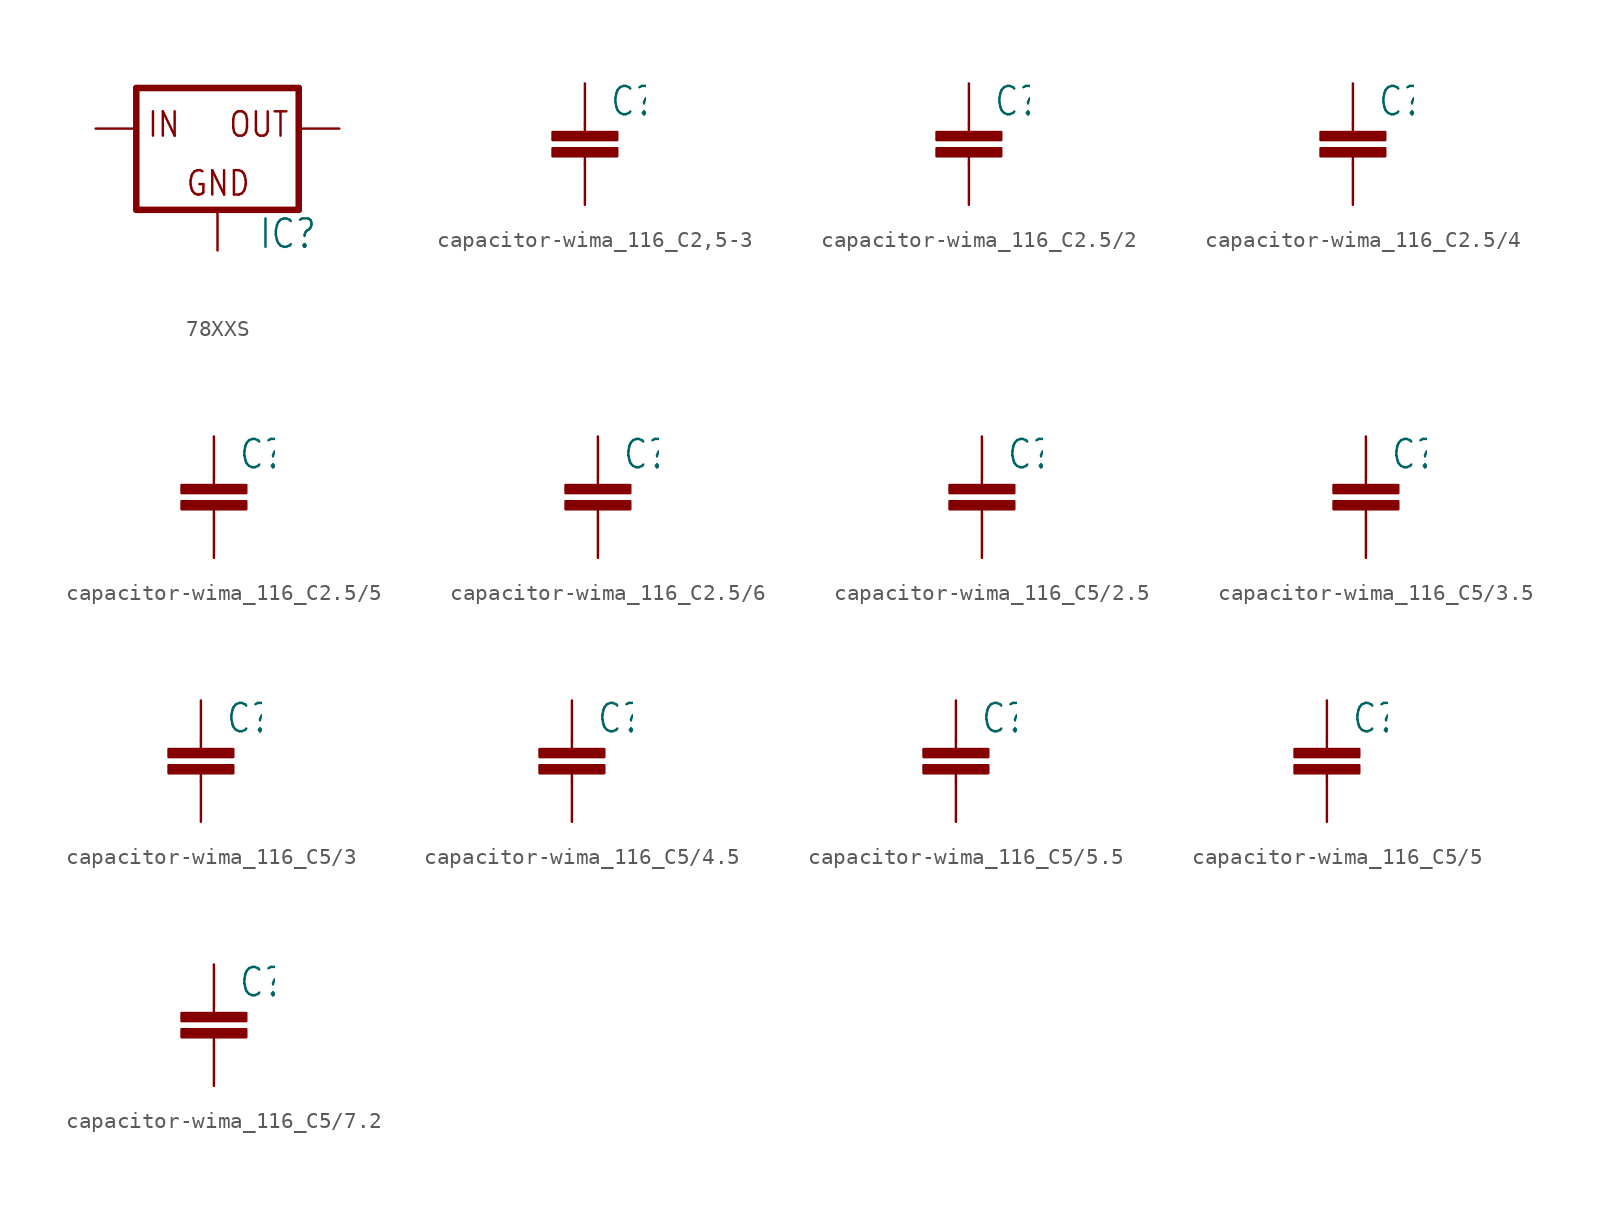
<source format=kicad_sym>
(kicad_symbol_lib
  (version 20241209)
  (generator "kicad_symbol_editor")
  (generator_version "9.0")
  (symbol "78XXS"
    (property "Reference" "IC"
      (at 2.54 -7.62 0)
      (effects (font (size 1.778 1.511)) (justify left bottom)))
    (property "Value" ""
      (at 2.54 -10.16 0)
      (effects (font (size 1.778 1.511)) (justify left bottom)))
    (property "ki_locked" ""
      (at 0 0 0)
      (effects (font (size 1.27 1.27))))
    (symbol "78XXS_1_0"
      (polyline (pts (xy -5.08 2.54) (xy -5.08 -5.08)) (stroke (width 0.406) (type solid)) (fill (type none)))
      (polyline (pts (xy -5.08 -5.08) (xy 5.08 -5.08)) (stroke (width 0.406) (type solid)) (fill (type none)))
      (polyline (pts (xy 5.08 2.54) (xy -5.08 2.54)) (stroke (width 0.406) (type solid)) (fill (type none)))
      (polyline (pts (xy 5.08 -5.08) (xy 5.08 2.54)) (stroke (width 0.406) (type solid)) (fill (type none)))
      (text "IN" (at -4.445 -0.635 0) (effects (font (size 1.524 1.295)) (justify left bottom)))
      (text "GND" (at -2.032 -4.318 0) (effects (font (size 1.524 1.295)) (justify left bottom)))
      (text "OUT" (at 0.635 -0.635 0) (effects (font (size 1.524 1.295)) (justify left bottom)))
      (pin input line (at -7.62 0 0) (length 2.54) (name "IN" (effects (font (size 0 0)))) (number "IN" (effects (font (size 0 0)))))
      (pin input line (at 0 -7.62 90) (length 2.54) (name "GND" (effects (font (size 0 0)))) (number "GND" (effects (font (size 0 0)))))
      (pin passive line (at 7.62 0 180) (length 2.54) (name "OUT" (effects (font (size 0 0)))) (number "OUT" (effects (font (size 0 0)))))))
  (symbol "capacitor-wima_116_C2,5-3"
    (property "Reference" "C"
      (at 1.524 0.381 0)
      (effects (font (size 1.778 1.511)) (justify left bottom)))
    (property "Value" ""
      (at 1.524 -4.699 0)
      (effects (font (size 1.778 1.511)) (justify left bottom)))
    (property "ki_locked" ""
      (at 0 0 0)
      (effects (font (size 1.27 1.27))))
    (symbol "capacitor-wima_116_C2,5-3_1_0"
      (rectangle (start -2.032 -1.016) (end 2.032 -0.508) (stroke (width 0) (type default)) (fill (type outline)))
      (rectangle (start -2.032 -2.032) (end 2.032 -1.524) (stroke (width 0) (type default)) (fill (type outline)))
      (polyline (pts (xy 0 0) (xy 0 -0.508)) (stroke (width 0.152) (type solid)) (fill (type none)))
      (polyline (pts (xy 0 -2.54) (xy 0 -2.032)) (stroke (width 0.152) (type solid)) (fill (type none)))
      (pin passive line (at 0 2.54 270) (length 2.54) (name "1" (effects (font (size 0 0)))) (number "1" (effects (font (size 0 0)))))
      (pin passive line (at 0 -5.08 90) (length 2.54) (name "2" (effects (font (size 0 0)))) (number "2" (effects (font (size 0 0)))))))
  (symbol "capacitor-wima_116_C2.5/2"
    (property "Reference" "C"
      (at 1.524 0.381 0)
      (effects (font (size 1.778 1.511)) (justify left bottom)))
    (property "Value" ""
      (at 1.524 -4.699 0)
      (effects (font (size 1.778 1.511)) (justify left bottom)))
    (property "ki_locked" ""
      (at 0 0 0)
      (effects (font (size 1.27 1.27))))
    (symbol "capacitor-wima_116_C2.5/2_1_0"
      (rectangle (start -2.032 -1.016) (end 2.032 -0.508) (stroke (width 0) (type default)) (fill (type outline)))
      (rectangle (start -2.032 -2.032) (end 2.032 -1.524) (stroke (width 0) (type default)) (fill (type outline)))
      (polyline (pts (xy 0 0) (xy 0 -0.508)) (stroke (width 0.152) (type solid)) (fill (type none)))
      (polyline (pts (xy 0 -2.54) (xy 0 -2.032)) (stroke (width 0.152) (type solid)) (fill (type none)))
      (pin passive line (at 0 2.54 270) (length 2.54) (name "1" (effects (font (size 0 0)))) (number "1" (effects (font (size 0 0)))))
      (pin passive line (at 0 -5.08 90) (length 2.54) (name "2" (effects (font (size 0 0)))) (number "2" (effects (font (size 0 0)))))))
  (symbol "capacitor-wima_116_C2.5/4"
    (property "Reference" "C"
      (at 1.524 0.381 0)
      (effects (font (size 1.778 1.511)) (justify left bottom)))
    (property "Value" ""
      (at 1.524 -4.699 0)
      (effects (font (size 1.778 1.511)) (justify left bottom)))
    (property "ki_locked" ""
      (at 0 0 0)
      (effects (font (size 1.27 1.27))))
    (symbol "capacitor-wima_116_C2.5/4_1_0"
      (rectangle (start -2.032 -1.016) (end 2.032 -0.508) (stroke (width 0) (type default)) (fill (type outline)))
      (rectangle (start -2.032 -2.032) (end 2.032 -1.524) (stroke (width 0) (type default)) (fill (type outline)))
      (polyline (pts (xy 0 0) (xy 0 -0.508)) (stroke (width 0.152) (type solid)) (fill (type none)))
      (polyline (pts (xy 0 -2.54) (xy 0 -2.032)) (stroke (width 0.152) (type solid)) (fill (type none)))
      (pin passive line (at 0 2.54 270) (length 2.54) (name "1" (effects (font (size 0 0)))) (number "1" (effects (font (size 0 0)))))
      (pin passive line (at 0 -5.08 90) (length 2.54) (name "2" (effects (font (size 0 0)))) (number "2" (effects (font (size 0 0)))))))
  (symbol "capacitor-wima_116_C2.5/5"
    (property "Reference" "C"
      (at 1.524 0.381 0)
      (effects (font (size 1.778 1.511)) (justify left bottom)))
    (property "Value" ""
      (at 1.524 -4.699 0)
      (effects (font (size 1.778 1.511)) (justify left bottom)))
    (property "ki_locked" ""
      (at 0 0 0)
      (effects (font (size 1.27 1.27))))
    (symbol "capacitor-wima_116_C2.5/5_1_0"
      (rectangle (start -2.032 -1.016) (end 2.032 -0.508) (stroke (width 0) (type default)) (fill (type outline)))
      (rectangle (start -2.032 -2.032) (end 2.032 -1.524) (stroke (width 0) (type default)) (fill (type outline)))
      (polyline (pts (xy 0 0) (xy 0 -0.508)) (stroke (width 0.152) (type solid)) (fill (type none)))
      (polyline (pts (xy 0 -2.54) (xy 0 -2.032)) (stroke (width 0.152) (type solid)) (fill (type none)))
      (pin passive line (at 0 2.54 270) (length 2.54) (name "1" (effects (font (size 0 0)))) (number "1" (effects (font (size 0 0)))))
      (pin passive line (at 0 -5.08 90) (length 2.54) (name "2" (effects (font (size 0 0)))) (number "2" (effects (font (size 0 0)))))))
  (symbol "capacitor-wima_116_C2.5/6"
    (property "Reference" "C"
      (at 1.524 0.381 0)
      (effects (font (size 1.778 1.511)) (justify left bottom)))
    (property "Value" ""
      (at 1.524 -4.699 0)
      (effects (font (size 1.778 1.511)) (justify left bottom)))
    (property "ki_locked" ""
      (at 0 0 0)
      (effects (font (size 1.27 1.27))))
    (symbol "capacitor-wima_116_C2.5/6_1_0"
      (rectangle (start -2.032 -1.016) (end 2.032 -0.508) (stroke (width 0) (type default)) (fill (type outline)))
      (rectangle (start -2.032 -2.032) (end 2.032 -1.524) (stroke (width 0) (type default)) (fill (type outline)))
      (polyline (pts (xy 0 0) (xy 0 -0.508)) (stroke (width 0.152) (type solid)) (fill (type none)))
      (polyline (pts (xy 0 -2.54) (xy 0 -2.032)) (stroke (width 0.152) (type solid)) (fill (type none)))
      (pin passive line (at 0 2.54 270) (length 2.54) (name "1" (effects (font (size 0 0)))) (number "1" (effects (font (size 0 0)))))
      (pin passive line (at 0 -5.08 90) (length 2.54) (name "2" (effects (font (size 0 0)))) (number "2" (effects (font (size 0 0)))))))
  (symbol "capacitor-wima_116_C5/2.5"
    (property "Reference" "C"
      (at 1.524 0.381 0)
      (effects (font (size 1.778 1.511)) (justify left bottom)))
    (property "Value" ""
      (at 1.524 -4.699 0)
      (effects (font (size 1.778 1.511)) (justify left bottom)))
    (property "ki_locked" ""
      (at 0 0 0)
      (effects (font (size 1.27 1.27))))
    (symbol "capacitor-wima_116_C5/2.5_1_0"
      (rectangle (start -2.032 -1.016) (end 2.032 -0.508) (stroke (width 0) (type default)) (fill (type outline)))
      (rectangle (start -2.032 -2.032) (end 2.032 -1.524) (stroke (width 0) (type default)) (fill (type outline)))
      (polyline (pts (xy 0 0) (xy 0 -0.508)) (stroke (width 0.152) (type solid)) (fill (type none)))
      (polyline (pts (xy 0 -2.54) (xy 0 -2.032)) (stroke (width 0.152) (type solid)) (fill (type none)))
      (pin passive line (at 0 2.54 270) (length 2.54) (name "1" (effects (font (size 0 0)))) (number "1" (effects (font (size 0 0)))))
      (pin passive line (at 0 -5.08 90) (length 2.54) (name "2" (effects (font (size 0 0)))) (number "2" (effects (font (size 0 0)))))))
  (symbol "capacitor-wima_116_C5/3.5"
    (property "Reference" "C"
      (at 1.524 0.381 0)
      (effects (font (size 1.778 1.511)) (justify left bottom)))
    (property "Value" ""
      (at 1.524 -4.699 0)
      (effects (font (size 1.778 1.511)) (justify left bottom)))
    (property "ki_locked" ""
      (at 0 0 0)
      (effects (font (size 1.27 1.27))))
    (symbol "capacitor-wima_116_C5/3.5_1_0"
      (rectangle (start -2.032 -1.016) (end 2.032 -0.508) (stroke (width 0) (type default)) (fill (type outline)))
      (rectangle (start -2.032 -2.032) (end 2.032 -1.524) (stroke (width 0) (type default)) (fill (type outline)))
      (polyline (pts (xy 0 0) (xy 0 -0.508)) (stroke (width 0.152) (type solid)) (fill (type none)))
      (polyline (pts (xy 0 -2.54) (xy 0 -2.032)) (stroke (width 0.152) (type solid)) (fill (type none)))
      (pin passive line (at 0 2.54 270) (length 2.54) (name "1" (effects (font (size 0 0)))) (number "1" (effects (font (size 0 0)))))
      (pin passive line (at 0 -5.08 90) (length 2.54) (name "2" (effects (font (size 0 0)))) (number "2" (effects (font (size 0 0)))))))
  (symbol "capacitor-wima_116_C5/3"
    (property "Reference" "C"
      (at 1.524 0.381 0)
      (effects (font (size 1.778 1.511)) (justify left bottom)))
    (property "Value" ""
      (at 1.524 -4.699 0)
      (effects (font (size 1.778 1.511)) (justify left bottom)))
    (property "ki_locked" ""
      (at 0 0 0)
      (effects (font (size 1.27 1.27))))
    (symbol "capacitor-wima_116_C5/3_1_0"
      (rectangle (start -2.032 -1.016) (end 2.032 -0.508) (stroke (width 0) (type default)) (fill (type outline)))
      (rectangle (start -2.032 -2.032) (end 2.032 -1.524) (stroke (width 0) (type default)) (fill (type outline)))
      (polyline (pts (xy 0 0) (xy 0 -0.508)) (stroke (width 0.152) (type solid)) (fill (type none)))
      (polyline (pts (xy 0 -2.54) (xy 0 -2.032)) (stroke (width 0.152) (type solid)) (fill (type none)))
      (pin passive line (at 0 2.54 270) (length 2.54) (name "1" (effects (font (size 0 0)))) (number "1" (effects (font (size 0 0)))))
      (pin passive line (at 0 -5.08 90) (length 2.54) (name "2" (effects (font (size 0 0)))) (number "2" (effects (font (size 0 0)))))))
  (symbol "capacitor-wima_116_C5/4.5"
    (property "Reference" "C"
      (at 1.524 0.381 0)
      (effects (font (size 1.778 1.511)) (justify left bottom)))
    (property "Value" ""
      (at 1.524 -4.699 0)
      (effects (font (size 1.778 1.511)) (justify left bottom)))
    (property "ki_locked" ""
      (at 0 0 0)
      (effects (font (size 1.27 1.27))))
    (symbol "capacitor-wima_116_C5/4.5_1_0"
      (rectangle (start -2.032 -1.016) (end 2.032 -0.508) (stroke (width 0) (type default)) (fill (type outline)))
      (rectangle (start -2.032 -2.032) (end 2.032 -1.524) (stroke (width 0) (type default)) (fill (type outline)))
      (polyline (pts (xy 0 0) (xy 0 -0.508)) (stroke (width 0.152) (type solid)) (fill (type none)))
      (polyline (pts (xy 0 -2.54) (xy 0 -2.032)) (stroke (width 0.152) (type solid)) (fill (type none)))
      (pin passive line (at 0 2.54 270) (length 2.54) (name "1" (effects (font (size 0 0)))) (number "1" (effects (font (size 0 0)))))
      (pin passive line (at 0 -5.08 90) (length 2.54) (name "2" (effects (font (size 0 0)))) (number "2" (effects (font (size 0 0)))))))
  (symbol "capacitor-wima_116_C5/5.5"
    (property "Reference" "C"
      (at 1.524 0.381 0)
      (effects (font (size 1.778 1.511)) (justify left bottom)))
    (property "Value" ""
      (at 1.524 -4.699 0)
      (effects (font (size 1.778 1.511)) (justify left bottom)))
    (property "ki_locked" ""
      (at 0 0 0)
      (effects (font (size 1.27 1.27))))
    (symbol "capacitor-wima_116_C5/5.5_1_0"
      (rectangle (start -2.032 -1.016) (end 2.032 -0.508) (stroke (width 0) (type default)) (fill (type outline)))
      (rectangle (start -2.032 -2.032) (end 2.032 -1.524) (stroke (width 0) (type default)) (fill (type outline)))
      (polyline (pts (xy 0 0) (xy 0 -0.508)) (stroke (width 0.152) (type solid)) (fill (type none)))
      (polyline (pts (xy 0 -2.54) (xy 0 -2.032)) (stroke (width 0.152) (type solid)) (fill (type none)))
      (pin passive line (at 0 2.54 270) (length 2.54) (name "1" (effects (font (size 0 0)))) (number "1" (effects (font (size 0 0)))))
      (pin passive line (at 0 -5.08 90) (length 2.54) (name "2" (effects (font (size 0 0)))) (number "2" (effects (font (size 0 0)))))))
  (symbol "capacitor-wima_116_C5/5"
    (property "Reference" "C"
      (at 1.524 0.381 0)
      (effects (font (size 1.778 1.511)) (justify left bottom)))
    (property "Value" ""
      (at 1.524 -4.699 0)
      (effects (font (size 1.778 1.511)) (justify left bottom)))
    (property "ki_locked" ""
      (at 0 0 0)
      (effects (font (size 1.27 1.27))))
    (symbol "capacitor-wima_116_C5/5_1_0"
      (rectangle (start -2.032 -1.016) (end 2.032 -0.508) (stroke (width 0) (type default)) (fill (type outline)))
      (rectangle (start -2.032 -2.032) (end 2.032 -1.524) (stroke (width 0) (type default)) (fill (type outline)))
      (polyline (pts (xy 0 0) (xy 0 -0.508)) (stroke (width 0.152) (type solid)) (fill (type none)))
      (polyline (pts (xy 0 -2.54) (xy 0 -2.032)) (stroke (width 0.152) (type solid)) (fill (type none)))
      (pin passive line (at 0 2.54 270) (length 2.54) (name "1" (effects (font (size 0 0)))) (number "1" (effects (font (size 0 0)))))
      (pin passive line (at 0 -5.08 90) (length 2.54) (name "2" (effects (font (size 0 0)))) (number "2" (effects (font (size 0 0)))))))
  (symbol "capacitor-wima_116_C5/7.2"
    (property "Reference" "C"
      (at 1.524 0.381 0)
      (effects (font (size 1.778 1.511)) (justify left bottom)))
    (property "Value" ""
      (at 1.524 -4.699 0)
      (effects (font (size 1.778 1.511)) (justify left bottom)))
    (property "ki_locked" ""
      (at 0 0 0)
      (effects (font (size 1.27 1.27))))
    (symbol "capacitor-wima_116_C5/7.2_1_0"
      (rectangle (start -2.032 -1.016) (end 2.032 -0.508) (stroke (width 0) (type default)) (fill (type outline)))
      (rectangle (start -2.032 -2.032) (end 2.032 -1.524) (stroke (width 0) (type default)) (fill (type outline)))
      (polyline (pts (xy 0 0) (xy 0 -0.508)) (stroke (width 0.152) (type solid)) (fill (type none)))
      (polyline (pts (xy 0 -2.54) (xy 0 -2.032)) (stroke (width 0.152) (type solid)) (fill (type none)))
      (pin passive line (at 0 2.54 270) (length 2.54) (name "1" (effects (font (size 0 0)))) (number "1" (effects (font (size 0 0)))))
      (pin passive line (at 0 -5.08 90) (length 2.54) (name "2" (effects (font (size 0 0)))) (number "2" (effects (font (size 0 0))))))))
</source>
